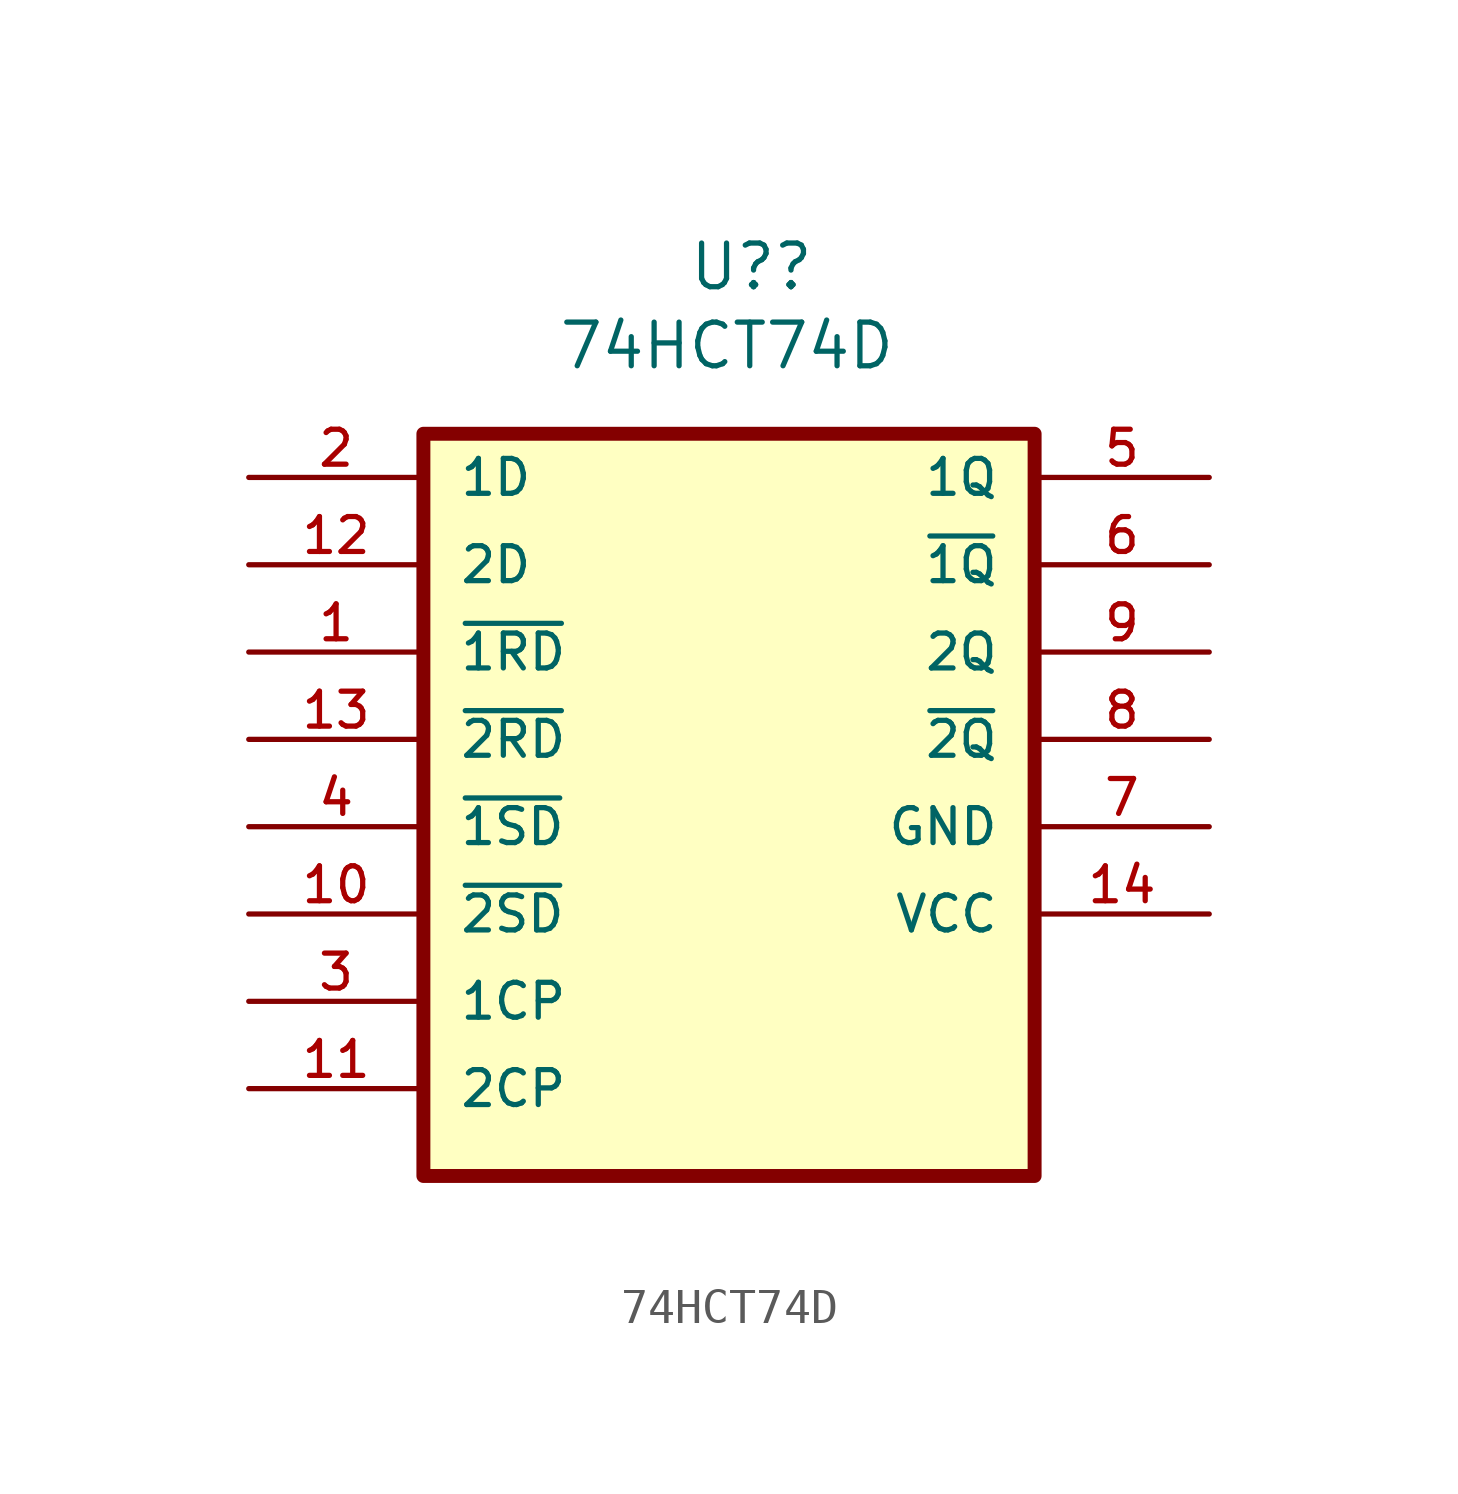
<source format=kicad_sym>
(kicad_symbol_lib
  (version 20211014)
  (generator kicad_symbol_editor)
  (symbol "74HCT74D"
    (pin_names
      (offset 1.016))
    (property "Reference" "U?"
      (at -1.2 23.8 0)
      (effects (font (size 1.27 1.27)) (justify left bottom)))
    (property "Value" "74HCT74D"
      (at -5 21.5 0)
      (effects (font (size 1.27 1.27)) (justify left bottom)))
    (symbol "74HCT74D_0_0"
      (rectangle (start -8.89 19.685) (end 8.89 -1.905) (stroke (width 0.406) (type default) (color 0 0 0 0)) (fill (type background)))
      (pin input line (at -13.97 13.335 0) (length 5.08) (name "~{1RD}" (effects (font (size 1.016 1.016)))) (number "1" (effects (font (size 1.016 1.016)))))
      (pin input line (at -13.97 5.715 0) (length 5.08) (name "~{2SD}" (effects (font (size 1.016 1.016)))) (number "10" (effects (font (size 1.016 1.016)))))
      (pin input line (at -13.97 0.635 0) (length 5.08) (name "2CP" (effects (font (size 1.016 1.016)))) (number "11" (effects (font (size 1.016 1.016)))))
      (pin input line (at -13.97 15.875 0) (length 5.08) (name "2D" (effects (font (size 1.016 1.016)))) (number "12" (effects (font (size 1.016 1.016)))))
      (pin input line (at -13.97 10.795 0) (length 5.08) (name "~{2RD}" (effects (font (size 1.016 1.016)))) (number "13" (effects (font (size 1.016 1.016)))))
      (pin power_in line (at 13.97 5.715 180) (length 5.08) (name "VCC" (effects (font (size 1.016 1.016)))) (number "14" (effects (font (size 1.016 1.016)))))
      (pin input line (at -13.97 18.415 0) (length 5.08) (name "1D" (effects (font (size 1.016 1.016)))) (number "2" (effects (font (size 1.016 1.016)))))
      (pin input line (at -13.97 3.175 0) (length 5.08) (name "1CP" (effects (font (size 1.016 1.016)))) (number "3" (effects (font (size 1.016 1.016)))))
      (pin input line (at -13.97 8.255 0) (length 5.08) (name "~{1SD}" (effects (font (size 1.016 1.016)))) (number "4" (effects (font (size 1.016 1.016)))))
      (pin output line (at 13.97 18.415 180) (length 5.08) (name "1Q" (effects (font (size 1.016 1.016)))) (number "5" (effects (font (size 1.016 1.016)))))
      (pin output line (at 13.97 15.875 180) (length 5.08) (name "~{1Q}" (effects (font (size 1.016 1.016)))) (number "6" (effects (font (size 1.016 1.016)))))
      (pin passive line (at 13.97 8.255 180) (length 5.08) (name "GND" (effects (font (size 1.016 1.016)))) (number "7" (effects (font (size 1.016 1.016)))))
      (pin output line (at 13.97 10.795 180) (length 5.08) (name "~{2Q}" (effects (font (size 1.016 1.016)))) (number "8" (effects (font (size 1.016 1.016)))))
      (pin output line (at 13.97 13.335 180) (length 5.08) (name "2Q" (effects (font (size 1.016 1.016)))) (number "9" (effects (font (size 1.016 1.016))))))))
</source>
